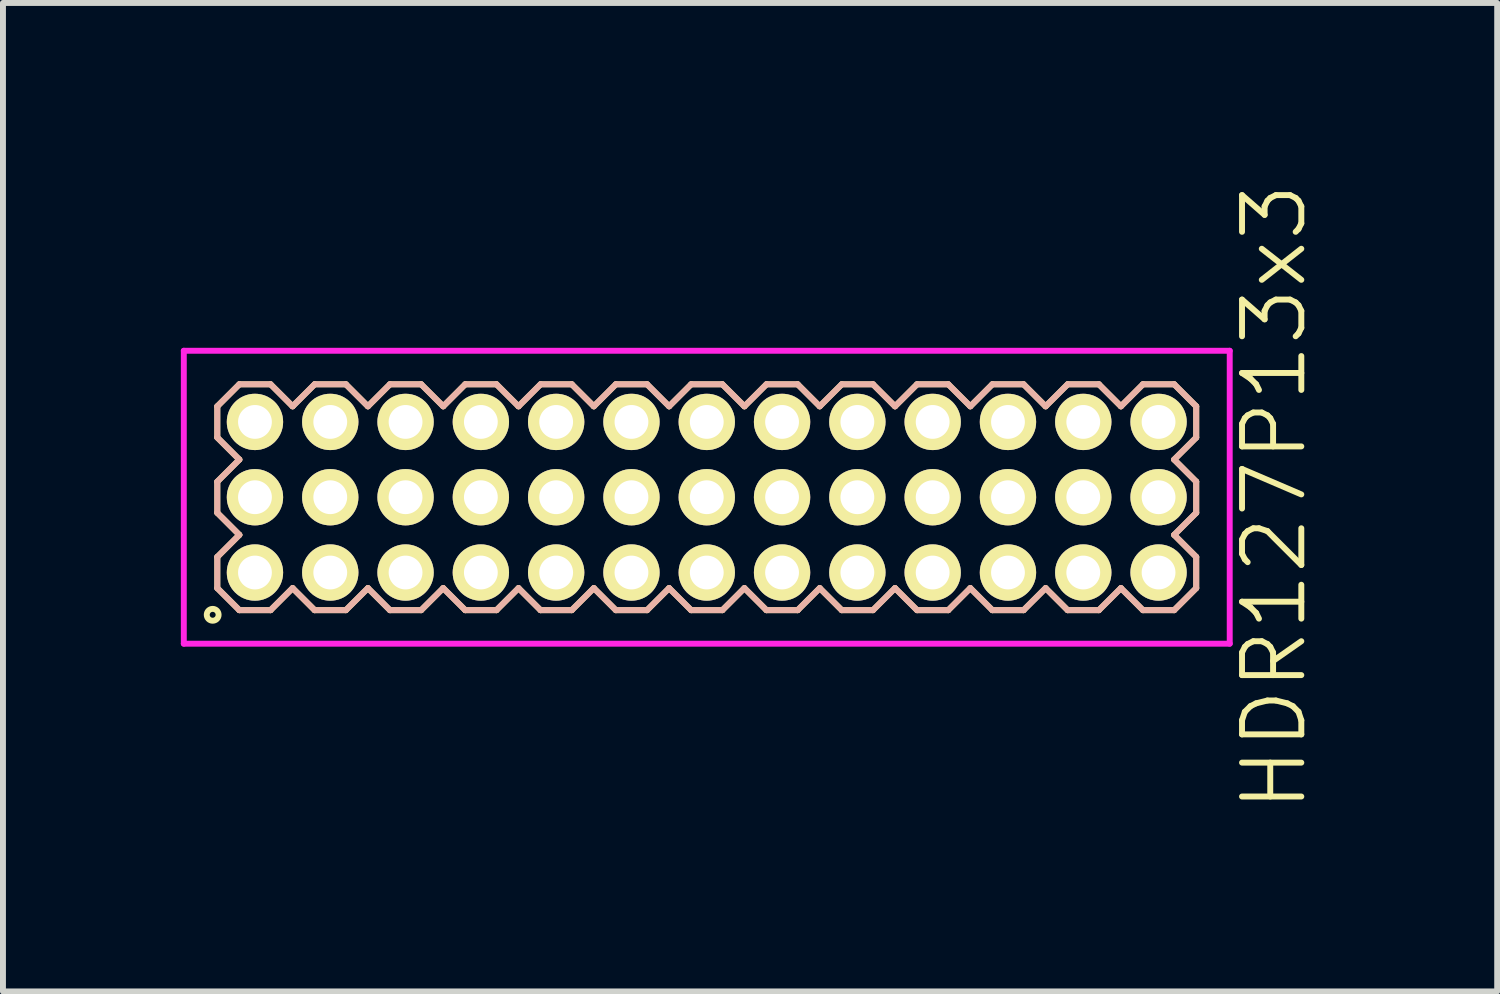
<source format=kicad_pcb>
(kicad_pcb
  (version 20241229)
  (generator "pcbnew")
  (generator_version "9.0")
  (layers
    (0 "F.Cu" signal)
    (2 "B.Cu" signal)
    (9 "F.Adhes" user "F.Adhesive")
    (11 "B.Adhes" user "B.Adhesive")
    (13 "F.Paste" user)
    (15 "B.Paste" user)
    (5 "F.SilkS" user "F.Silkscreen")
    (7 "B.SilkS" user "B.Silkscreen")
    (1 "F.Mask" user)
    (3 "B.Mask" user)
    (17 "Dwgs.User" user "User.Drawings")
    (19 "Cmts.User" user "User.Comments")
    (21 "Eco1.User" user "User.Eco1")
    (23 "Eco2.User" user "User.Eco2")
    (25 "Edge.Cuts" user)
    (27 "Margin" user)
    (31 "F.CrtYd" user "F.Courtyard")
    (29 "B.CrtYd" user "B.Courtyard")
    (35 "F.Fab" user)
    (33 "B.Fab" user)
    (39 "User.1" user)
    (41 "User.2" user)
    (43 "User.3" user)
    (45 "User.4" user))
  (footprint "HDR127P13x3"
    (layer "F.Cu")
    (at 8.87 5.336)
    (property "Reference" "HDR127P13x3" (at 9.57 0 90) (layer "F.SilkS") (effects (font (size 1 1) (thickness 0.1))))
    (attr through_hole)
    (fp_line (start -8.255 -1.533) (end -7.883 -1.905) (stroke (width 0.1) (type solid)) (layer "F.SilkS"))
    (fp_line (start -8.255 -1.007) (end -8.255 -1.533) (stroke (width 0.1) (type solid)) (layer "F.SilkS"))
    (fp_line (start -8.255 -0.263) (end -7.883 -0.635) (stroke (width 0.1) (type solid)) (layer "F.SilkS"))
    (fp_line (start -8.255 0.263) (end -8.255 -0.263) (stroke (width 0.1) (type solid)) (layer "F.SilkS"))
    (fp_line (start -8.255 1.007) (end -7.883 0.635) (stroke (width 0.1) (type solid)) (layer "F.SilkS"))
    (fp_line (start -8.255 1.533) (end -8.255 1.007) (stroke (width 0.1) (type solid)) (layer "F.SilkS"))
    (fp_line (start -7.883 -1.905) (end -7.357 -1.905) (stroke (width 0.1) (type solid)) (layer "F.SilkS"))
    (fp_line (start -7.883 -0.635) (end -8.255 -1.007) (stroke (width 0.1) (type solid)) (layer "F.SilkS"))
    (fp_line (start -7.883 0.635) (end -8.255 0.263) (stroke (width 0.1) (type solid)) (layer "F.SilkS"))
    (fp_line (start -7.883 1.905) (end -8.255 1.533) (stroke (width 0.1) (type solid)) (layer "F.SilkS"))
    (fp_line (start -7.357 -1.905) (end -6.985 -1.533) (stroke (width 0.1) (type solid)) (layer "F.SilkS"))
    (fp_line (start -7.357 1.905) (end -7.883 1.905) (stroke (width 0.1) (type solid)) (layer "F.SilkS"))
    (fp_line (start -6.985 -1.533) (end -6.613 -1.905) (stroke (width 0.1) (type solid)) (layer "F.SilkS"))
    (fp_line (start -6.985 1.533) (end -7.357 1.905) (stroke (width 0.1) (type solid)) (layer "F.SilkS"))
    (fp_line (start -6.613 -1.905) (end -6.087 -1.905) (stroke (width 0.1) (type solid)) (layer "F.SilkS"))
    (fp_line (start -6.613 1.905) (end -6.985 1.533) (stroke (width 0.1) (type solid)) (layer "F.SilkS"))
    (fp_line (start -6.087 -1.905) (end -5.715 -1.533) (stroke (width 0.1) (type solid)) (layer "F.SilkS"))
    (fp_line (start -6.087 1.905) (end -6.613 1.905) (stroke (width 0.1) (type solid)) (layer "F.SilkS"))
    (fp_line (start -5.715 -1.533) (end -5.343 -1.905) (stroke (width 0.1) (type solid)) (layer "F.SilkS"))
    (fp_line (start -5.715 1.533) (end -6.087 1.905) (stroke (width 0.1) (type solid)) (layer "F.SilkS"))
    (fp_line (start -5.343 -1.905) (end -4.817 -1.905) (stroke (width 0.1) (type solid)) (layer "F.SilkS"))
    (fp_line (start -5.343 1.905) (end -5.715 1.533) (stroke (width 0.1) (type solid)) (layer "F.SilkS"))
    (fp_line (start -4.817 -1.905) (end -4.445 -1.533) (stroke (width 0.1) (type solid)) (layer "F.SilkS"))
    (fp_line (start -4.817 1.905) (end -5.343 1.905) (stroke (width 0.1) (type solid)) (layer "F.SilkS"))
    (fp_line (start -4.445 -1.533) (end -4.073 -1.905) (stroke (width 0.1) (type solid)) (layer "F.SilkS"))
    (fp_line (start -4.445 1.533) (end -4.817 1.905) (stroke (width 0.1) (type solid)) (layer "F.SilkS"))
    (fp_line (start -4.073 -1.905) (end -3.547 -1.905) (stroke (width 0.1) (type solid)) (layer "F.SilkS"))
    (fp_line (start -4.073 1.905) (end -4.445 1.533) (stroke (width 0.1) (type solid)) (layer "F.SilkS"))
    (fp_line (start -3.547 -1.905) (end -3.175 -1.533) (stroke (width 0.1) (type solid)) (layer "F.SilkS"))
    (fp_line (start -3.547 1.905) (end -4.073 1.905) (stroke (width 0.1) (type solid)) (layer "F.SilkS"))
    (fp_line (start -3.175 -1.533) (end -2.803 -1.905) (stroke (width 0.1) (type solid)) (layer "F.SilkS"))
    (fp_line (start -3.175 1.533) (end -3.547 1.905) (stroke (width 0.1) (type solid)) (layer "F.SilkS"))
    (fp_line (start -2.803 -1.905) (end -2.277 -1.905) (stroke (width 0.1) (type solid)) (layer "F.SilkS"))
    (fp_line (start -2.803 1.905) (end -3.175 1.533) (stroke (width 0.1) (type solid)) (layer "F.SilkS"))
    (fp_line (start -2.277 -1.905) (end -1.905 -1.533) (stroke (width 0.1) (type solid)) (layer "F.SilkS"))
    (fp_line (start -2.277 1.905) (end -2.803 1.905) (stroke (width 0.1) (type solid)) (layer "F.SilkS"))
    (fp_line (start -1.905 -1.533) (end -1.533 -1.905) (stroke (width 0.1) (type solid)) (layer "F.SilkS"))
    (fp_line (start -1.905 1.533) (end -2.277 1.905) (stroke (width 0.1) (type solid)) (layer "F.SilkS"))
    (fp_line (start -1.533 -1.905) (end -1.007 -1.905) (stroke (width 0.1) (type solid)) (layer "F.SilkS"))
    (fp_line (start -1.533 1.905) (end -1.905 1.533) (stroke (width 0.1) (type solid)) (layer "F.SilkS"))
    (fp_line (start -1.007 -1.905) (end -0.635 -1.533) (stroke (width 0.1) (type solid)) (layer "F.SilkS"))
    (fp_line (start -1.007 1.905) (end -1.533 1.905) (stroke (width 0.1) (type solid)) (layer "F.SilkS"))
    (fp_line (start -0.635 -1.533) (end -0.263 -1.905) (stroke (width 0.1) (type solid)) (layer "F.SilkS"))
    (fp_line (start -0.635 1.533) (end -1.007 1.905) (stroke (width 0.1) (type solid)) (layer "F.SilkS"))
    (fp_line (start -0.263 -1.905) (end 0.263 -1.905) (stroke (width 0.1) (type solid)) (layer "F.SilkS"))
    (fp_line (start -0.263 1.905) (end -0.635 1.533) (stroke (width 0.1) (type solid)) (layer "F.SilkS"))
    (fp_line (start 0.263 -1.905) (end 0.635 -1.533) (stroke (width 0.1) (type solid)) (layer "F.SilkS"))
    (fp_line (start 0.263 1.905) (end -0.263 1.905) (stroke (width 0.1) (type solid)) (layer "F.SilkS"))
    (fp_line (start 0.635 -1.533) (end 1.007 -1.905) (stroke (width 0.1) (type solid)) (layer "F.SilkS"))
    (fp_line (start 0.635 1.533) (end 0.263 1.905) (stroke (width 0.1) (type solid)) (layer "F.SilkS"))
    (fp_line (start 1.007 -1.905) (end 1.533 -1.905) (stroke (width 0.1) (type solid)) (layer "F.SilkS"))
    (fp_line (start 1.007 1.905) (end 0.635 1.533) (stroke (width 0.1) (type solid)) (layer "F.SilkS"))
    (fp_line (start 1.533 -1.905) (end 1.905 -1.533) (stroke (width 0.1) (type solid)) (layer "F.SilkS"))
    (fp_line (start 1.533 1.905) (end 1.007 1.905) (stroke (width 0.1) (type solid)) (layer "F.SilkS"))
    (fp_line (start 1.905 -1.533) (end 2.277 -1.905) (stroke (width 0.1) (type solid)) (layer "F.SilkS"))
    (fp_line (start 1.905 1.533) (end 1.533 1.905) (stroke (width 0.1) (type solid)) (layer "F.SilkS"))
    (fp_line (start 2.277 -1.905) (end 2.803 -1.905) (stroke (width 0.1) (type solid)) (layer "F.SilkS"))
    (fp_line (start 2.277 1.905) (end 1.905 1.533) (stroke (width 0.1) (type solid)) (layer "F.SilkS"))
    (fp_line (start 2.803 -1.905) (end 3.175 -1.533) (stroke (width 0.1) (type solid)) (layer "F.SilkS"))
    (fp_line (start 2.803 1.905) (end 2.277 1.905) (stroke (width 0.1) (type solid)) (layer "F.SilkS"))
    (fp_line (start 3.175 -1.533) (end 3.547 -1.905) (stroke (width 0.1) (type solid)) (layer "F.SilkS"))
    (fp_line (start 3.175 1.533) (end 2.803 1.905) (stroke (width 0.1) (type solid)) (layer "F.SilkS"))
    (fp_line (start 3.547 -1.905) (end 4.073 -1.905) (stroke (width 0.1) (type solid)) (layer "F.SilkS"))
    (fp_line (start 3.547 1.905) (end 3.175 1.533) (stroke (width 0.1) (type solid)) (layer "F.SilkS"))
    (fp_line (start 4.073 -1.905) (end 4.445 -1.533) (stroke (width 0.1) (type solid)) (layer "F.SilkS"))
    (fp_line (start 4.073 1.905) (end 3.547 1.905) (stroke (width 0.1) (type solid)) (layer "F.SilkS"))
    (fp_line (start 4.445 -1.533) (end 4.817 -1.905) (stroke (width 0.1) (type solid)) (layer "F.SilkS"))
    (fp_line (start 4.445 1.533) (end 4.073 1.905) (stroke (width 0.1) (type solid)) (layer "F.SilkS"))
    (fp_line (start 4.817 -1.905) (end 5.343 -1.905) (stroke (width 0.1) (type solid)) (layer "F.SilkS"))
    (fp_line (start 4.817 1.905) (end 4.445 1.533) (stroke (width 0.1) (type solid)) (layer "F.SilkS"))
    (fp_line (start 5.343 -1.905) (end 5.715 -1.533) (stroke (width 0.1) (type solid)) (layer "F.SilkS"))
    (fp_line (start 5.343 1.905) (end 4.817 1.905) (stroke (width 0.1) (type solid)) (layer "F.SilkS"))
    (fp_line (start 5.715 -1.533) (end 6.087 -1.905) (stroke (width 0.1) (type solid)) (layer "F.SilkS"))
    (fp_line (start 5.715 1.533) (end 5.343 1.905) (stroke (width 0.1) (type solid)) (layer "F.SilkS"))
    (fp_line (start 6.087 -1.905) (end 6.613 -1.905) (stroke (width 0.1) (type solid)) (layer "F.SilkS"))
    (fp_line (start 6.087 1.905) (end 5.715 1.533) (stroke (width 0.1) (type solid)) (layer "F.SilkS"))
    (fp_line (start 6.613 -1.905) (end 6.985 -1.533) (stroke (width 0.1) (type solid)) (layer "F.SilkS"))
    (fp_line (start 6.613 1.905) (end 6.087 1.905) (stroke (width 0.1) (type solid)) (layer "F.SilkS"))
    (fp_line (start 6.985 -1.533) (end 7.357 -1.905) (stroke (width 0.1) (type solid)) (layer "F.SilkS"))
    (fp_line (start 6.985 1.533) (end 6.613 1.905) (stroke (width 0.1) (type solid)) (layer "F.SilkS"))
    (fp_line (start 7.357 -1.905) (end 7.883 -1.905) (stroke (width 0.1) (type solid)) (layer "F.SilkS"))
    (fp_line (start 7.357 1.905) (end 6.985 1.533) (stroke (width 0.1) (type solid)) (layer "F.SilkS"))
    (fp_line (start 7.883 -1.905) (end 8.255 -1.533) (stroke (width 0.1) (type solid)) (layer "F.SilkS"))
    (fp_line (start 7.883 -0.635) (end 8.255 -0.263) (stroke (width 0.1) (type solid)) (layer "F.SilkS"))
    (fp_line (start 7.883 0.635) (end 8.255 1.007) (stroke (width 0.1) (type solid)) (layer "F.SilkS"))
    (fp_line (start 7.883 1.905) (end 7.357 1.905) (stroke (width 0.1) (type solid)) (layer "F.SilkS"))
    (fp_line (start 8.255 -1.533) (end 8.255 -1.007) (stroke (width 0.1) (type solid)) (layer "F.SilkS"))
    (fp_line (start 8.255 -1.007) (end 7.883 -0.635) (stroke (width 0.1) (type solid)) (layer "F.SilkS"))
    (fp_line (start 8.255 -0.263) (end 8.255 0.263) (stroke (width 0.1) (type solid)) (layer "F.SilkS"))
    (fp_line (start 8.255 0.263) (end 7.883 0.635) (stroke (width 0.1) (type solid)) (layer "F.SilkS"))
    (fp_line (start 8.255 1.007) (end 8.255 1.533) (stroke (width 0.1) (type solid)) (layer "F.SilkS"))
    (fp_line (start 8.255 1.533) (end 7.883 1.905) (stroke (width 0.1) (type solid)) (layer "F.SilkS"))
    (fp_circle (center -8.333 1.983) (end -8.233 1.983) (stroke (width 0.1) (type solid)) (fill no) (layer "F.SilkS"))
    (fp_line (start -8.255 -1.533) (end -7.883 -1.905) (stroke (width 0.1) (type solid)) (layer "B.SilkS"))
    (fp_line (start -8.255 -1.007) (end -8.255 -1.533) (stroke (width 0.1) (type solid)) (layer "B.SilkS"))
    (fp_line (start -8.255 -0.263) (end -7.883 -0.635) (stroke (width 0.1) (type solid)) (layer "B.SilkS"))
    (fp_line (start -8.255 0.263) (end -8.255 -0.263) (stroke (width 0.1) (type solid)) (layer "B.SilkS"))
    (fp_line (start -8.255 1.007) (end -7.883 0.635) (stroke (width 0.1) (type solid)) (layer "B.SilkS"))
    (fp_line (start -8.255 1.533) (end -8.255 1.007) (stroke (width 0.1) (type solid)) (layer "B.SilkS"))
    (fp_line (start -7.883 -1.905) (end -7.357 -1.905) (stroke (width 0.1) (type solid)) (layer "B.SilkS"))
    (fp_line (start -7.883 -0.635) (end -8.255 -1.007) (stroke (width 0.1) (type solid)) (layer "B.SilkS"))
    (fp_line (start -7.883 0.635) (end -8.255 0.263) (stroke (width 0.1) (type solid)) (layer "B.SilkS"))
    (fp_line (start -7.883 1.905) (end -8.255 1.533) (stroke (width 0.1) (type solid)) (layer "B.SilkS"))
    (fp_line (start -7.357 -1.905) (end -6.985 -1.533) (stroke (width 0.1) (type solid)) (layer "B.SilkS"))
    (fp_line (start -7.357 1.905) (end -7.883 1.905) (stroke (width 0.1) (type solid)) (layer "B.SilkS"))
    (fp_line (start -6.985 -1.533) (end -6.613 -1.905) (stroke (width 0.1) (type solid)) (layer "B.SilkS"))
    (fp_line (start -6.985 1.533) (end -7.357 1.905) (stroke (width 0.1) (type solid)) (layer "B.SilkS"))
    (fp_line (start -6.613 -1.905) (end -6.087 -1.905) (stroke (width 0.1) (type solid)) (layer "B.SilkS"))
    (fp_line (start -6.613 1.905) (end -6.985 1.533) (stroke (width 0.1) (type solid)) (layer "B.SilkS"))
    (fp_line (start -6.087 -1.905) (end -5.715 -1.533) (stroke (width 0.1) (type solid)) (layer "B.SilkS"))
    (fp_line (start -6.087 1.905) (end -6.613 1.905) (stroke (width 0.1) (type solid)) (layer "B.SilkS"))
    (fp_line (start -5.715 -1.533) (end -5.343 -1.905) (stroke (width 0.1) (type solid)) (layer "B.SilkS"))
    (fp_line (start -5.715 1.533) (end -6.087 1.905) (stroke (width 0.1) (type solid)) (layer "B.SilkS"))
    (fp_line (start -5.343 -1.905) (end -4.817 -1.905) (stroke (width 0.1) (type solid)) (layer "B.SilkS"))
    (fp_line (start -5.343 1.905) (end -5.715 1.533) (stroke (width 0.1) (type solid)) (layer "B.SilkS"))
    (fp_line (start -4.817 -1.905) (end -4.445 -1.533) (stroke (width 0.1) (type solid)) (layer "B.SilkS"))
    (fp_line (start -4.817 1.905) (end -5.343 1.905) (stroke (width 0.1) (type solid)) (layer "B.SilkS"))
    (fp_line (start -4.445 -1.533) (end -4.073 -1.905) (stroke (width 0.1) (type solid)) (layer "B.SilkS"))
    (fp_line (start -4.445 1.533) (end -4.817 1.905) (stroke (width 0.1) (type solid)) (layer "B.SilkS"))
    (fp_line (start -4.073 -1.905) (end -3.547 -1.905) (stroke (width 0.1) (type solid)) (layer "B.SilkS"))
    (fp_line (start -4.073 1.905) (end -4.445 1.533) (stroke (width 0.1) (type solid)) (layer "B.SilkS"))
    (fp_line (start -3.547 -1.905) (end -3.175 -1.533) (stroke (width 0.1) (type solid)) (layer "B.SilkS"))
    (fp_line (start -3.547 1.905) (end -4.073 1.905) (stroke (width 0.1) (type solid)) (layer "B.SilkS"))
    (fp_line (start -3.175 -1.533) (end -2.803 -1.905) (stroke (width 0.1) (type solid)) (layer "B.SilkS"))
    (fp_line (start -3.175 1.533) (end -3.547 1.905) (stroke (width 0.1) (type solid)) (layer "B.SilkS"))
    (fp_line (start -2.803 -1.905) (end -2.277 -1.905) (stroke (width 0.1) (type solid)) (layer "B.SilkS"))
    (fp_line (start -2.803 1.905) (end -3.175 1.533) (stroke (width 0.1) (type solid)) (layer "B.SilkS"))
    (fp_line (start -2.277 -1.905) (end -1.905 -1.533) (stroke (width 0.1) (type solid)) (layer "B.SilkS"))
    (fp_line (start -2.277 1.905) (end -2.803 1.905) (stroke (width 0.1) (type solid)) (layer "B.SilkS"))
    (fp_line (start -1.905 -1.533) (end -1.533 -1.905) (stroke (width 0.1) (type solid)) (layer "B.SilkS"))
    (fp_line (start -1.905 1.533) (end -2.277 1.905) (stroke (width 0.1) (type solid)) (layer "B.SilkS"))
    (fp_line (start -1.533 -1.905) (end -1.007 -1.905) (stroke (width 0.1) (type solid)) (layer "B.SilkS"))
    (fp_line (start -1.533 1.905) (end -1.905 1.533) (stroke (width 0.1) (type solid)) (layer "B.SilkS"))
    (fp_line (start -1.007 -1.905) (end -0.635 -1.533) (stroke (width 0.1) (type solid)) (layer "B.SilkS"))
    (fp_line (start -1.007 1.905) (end -1.533 1.905) (stroke (width 0.1) (type solid)) (layer "B.SilkS"))
    (fp_line (start -0.635 -1.533) (end -0.263 -1.905) (stroke (width 0.1) (type solid)) (layer "B.SilkS"))
    (fp_line (start -0.635 1.533) (end -1.007 1.905) (stroke (width 0.1) (type solid)) (layer "B.SilkS"))
    (fp_line (start -0.263 -1.905) (end 0.263 -1.905) (stroke (width 0.1) (type solid)) (layer "B.SilkS"))
    (fp_line (start -0.263 1.905) (end -0.635 1.533) (stroke (width 0.1) (type solid)) (layer "B.SilkS"))
    (fp_line (start 0.263 -1.905) (end 0.635 -1.533) (stroke (width 0.1) (type solid)) (layer "B.SilkS"))
    (fp_line (start 0.263 1.905) (end -0.263 1.905) (stroke (width 0.1) (type solid)) (layer "B.SilkS"))
    (fp_line (start 0.635 -1.533) (end 1.007 -1.905) (stroke (width 0.1) (type solid)) (layer "B.SilkS"))
    (fp_line (start 0.635 1.533) (end 0.263 1.905) (stroke (width 0.1) (type solid)) (layer "B.SilkS"))
    (fp_line (start 1.007 -1.905) (end 1.533 -1.905) (stroke (width 0.1) (type solid)) (layer "B.SilkS"))
    (fp_line (start 1.007 1.905) (end 0.635 1.533) (stroke (width 0.1) (type solid)) (layer "B.SilkS"))
    (fp_line (start 1.533 -1.905) (end 1.905 -1.533) (stroke (width 0.1) (type solid)) (layer "B.SilkS"))
    (fp_line (start 1.533 1.905) (end 1.007 1.905) (stroke (width 0.1) (type solid)) (layer "B.SilkS"))
    (fp_line (start 1.905 -1.533) (end 2.277 -1.905) (stroke (width 0.1) (type solid)) (layer "B.SilkS"))
    (fp_line (start 1.905 1.533) (end 1.533 1.905) (stroke (width 0.1) (type solid)) (layer "B.SilkS"))
    (fp_line (start 2.277 -1.905) (end 2.803 -1.905) (stroke (width 0.1) (type solid)) (layer "B.SilkS"))
    (fp_line (start 2.277 1.905) (end 1.905 1.533) (stroke (width 0.1) (type solid)) (layer "B.SilkS"))
    (fp_line (start 2.803 -1.905) (end 3.175 -1.533) (stroke (width 0.1) (type solid)) (layer "B.SilkS"))
    (fp_line (start 2.803 1.905) (end 2.277 1.905) (stroke (width 0.1) (type solid)) (layer "B.SilkS"))
    (fp_line (start 3.175 -1.533) (end 3.547 -1.905) (stroke (width 0.1) (type solid)) (layer "B.SilkS"))
    (fp_line (start 3.175 1.533) (end 2.803 1.905) (stroke (width 0.1) (type solid)) (layer "B.SilkS"))
    (fp_line (start 3.547 -1.905) (end 4.073 -1.905) (stroke (width 0.1) (type solid)) (layer "B.SilkS"))
    (fp_line (start 3.547 1.905) (end 3.175 1.533) (stroke (width 0.1) (type solid)) (layer "B.SilkS"))
    (fp_line (start 4.073 -1.905) (end 4.445 -1.533) (stroke (width 0.1) (type solid)) (layer "B.SilkS"))
    (fp_line (start 4.073 1.905) (end 3.547 1.905) (stroke (width 0.1) (type solid)) (layer "B.SilkS"))
    (fp_line (start 4.445 -1.533) (end 4.817 -1.905) (stroke (width 0.1) (type solid)) (layer "B.SilkS"))
    (fp_line (start 4.445 1.533) (end 4.073 1.905) (stroke (width 0.1) (type solid)) (layer "B.SilkS"))
    (fp_line (start 4.817 -1.905) (end 5.343 -1.905) (stroke (width 0.1) (type solid)) (layer "B.SilkS"))
    (fp_line (start 4.817 1.905) (end 4.445 1.533) (stroke (width 0.1) (type solid)) (layer "B.SilkS"))
    (fp_line (start 5.343 -1.905) (end 5.715 -1.533) (stroke (width 0.1) (type solid)) (layer "B.SilkS"))
    (fp_line (start 5.343 1.905) (end 4.817 1.905) (stroke (width 0.1) (type solid)) (layer "B.SilkS"))
    (fp_line (start 5.715 -1.533) (end 6.087 -1.905) (stroke (width 0.1) (type solid)) (layer "B.SilkS"))
    (fp_line (start 5.715 1.533) (end 5.343 1.905) (stroke (width 0.1) (type solid)) (layer "B.SilkS"))
    (fp_line (start 6.087 -1.905) (end 6.613 -1.905) (stroke (width 0.1) (type solid)) (layer "B.SilkS"))
    (fp_line (start 6.087 1.905) (end 5.715 1.533) (stroke (width 0.1) (type solid)) (layer "B.SilkS"))
    (fp_line (start 6.613 -1.905) (end 6.985 -1.533) (stroke (width 0.1) (type solid)) (layer "B.SilkS"))
    (fp_line (start 6.613 1.905) (end 6.087 1.905) (stroke (width 0.1) (type solid)) (layer "B.SilkS"))
    (fp_line (start 6.985 -1.533) (end 7.357 -1.905) (stroke (width 0.1) (type solid)) (layer "B.SilkS"))
    (fp_line (start 6.985 1.533) (end 6.613 1.905) (stroke (width 0.1) (type solid)) (layer "B.SilkS"))
    (fp_line (start 7.357 -1.905) (end 7.883 -1.905) (stroke (width 0.1) (type solid)) (layer "B.SilkS"))
    (fp_line (start 7.357 1.905) (end 6.985 1.533) (stroke (width 0.1) (type solid)) (layer "B.SilkS"))
    (fp_line (start 7.883 -1.905) (end 8.255 -1.533) (stroke (width 0.1) (type solid)) (layer "B.SilkS"))
    (fp_line (start 7.883 -0.635) (end 8.255 -0.263) (stroke (width 0.1) (type solid)) (layer "B.SilkS"))
    (fp_line (start 7.883 0.635) (end 8.255 1.007) (stroke (width 0.1) (type solid)) (layer "B.SilkS"))
    (fp_line (start 7.883 1.905) (end 7.357 1.905) (stroke (width 0.1) (type solid)) (layer "B.SilkS"))
    (fp_line (start 8.255 -1.533) (end 8.255 -1.007) (stroke (width 0.1) (type solid)) (layer "B.SilkS"))
    (fp_line (start 8.255 -1.007) (end 7.883 -0.635) (stroke (width 0.1) (type solid)) (layer "B.SilkS"))
    (fp_line (start 8.255 -0.263) (end 8.255 0.263) (stroke (width 0.1) (type solid)) (layer "B.SilkS"))
    (fp_line (start 8.255 0.263) (end 7.883 0.635) (stroke (width 0.1) (type solid)) (layer "B.SilkS"))
    (fp_line (start 8.255 1.007) (end 8.255 1.533) (stroke (width 0.1) (type solid)) (layer "B.SilkS"))
    (fp_line (start 8.255 1.533) (end 7.883 1.905) (stroke (width 0.1) (type solid)) (layer "B.SilkS"))
    (fp_line (start -8.82 -2.47) (end -8.82 2.47) (stroke (width 0.1) (type solid)) (layer "F.CrtYd"))
    (fp_line (start -8.82 2.47) (end 8.82 2.47) (stroke (width 0.1) (type solid)) (layer "F.CrtYd"))
    (fp_line (start 8.82 -2.47) (end -8.82 -2.47) (stroke (width 0.1) (type solid)) (layer "F.CrtYd"))
    (fp_line (start 8.82 2.47) (end 8.82 -2.47) (stroke (width 0.1) (type solid)) (layer "F.CrtYd"))
    (pad "1" thru_hole oval (at -7.62 1.27) (size 0.95 0.95) (drill 0.57) (layers "*.Cu" "*.Mask" "F.SilkS"))
    (pad "2" thru_hole oval (at -7.62 0) (size 0.95 0.95) (drill 0.57) (layers "*.Cu" "*.Mask" "F.SilkS"))
    (pad "3" thru_hole oval (at -7.62 -1.27) (size 0.95 0.95) (drill 0.57) (layers "*.Cu" "*.Mask" "F.SilkS"))
    (pad "4" thru_hole oval (at -6.35 1.27) (size 0.95 0.95) (drill 0.57) (layers "*.Cu" "*.Mask" "F.SilkS"))
    (pad "5" thru_hole oval (at -6.35 0) (size 0.95 0.95) (drill 0.57) (layers "*.Cu" "*.Mask" "F.SilkS"))
    (pad "6" thru_hole oval (at -6.35 -1.27) (size 0.95 0.95) (drill 0.57) (layers "*.Cu" "*.Mask" "F.SilkS"))
    (pad "7" thru_hole oval (at -5.08 1.27) (size 0.95 0.95) (drill 0.57) (layers "*.Cu" "*.Mask" "F.SilkS"))
    (pad "8" thru_hole oval (at -5.08 0) (size 0.95 0.95) (drill 0.57) (layers "*.Cu" "*.Mask" "F.SilkS"))
    (pad "9" thru_hole oval (at -5.08 -1.27) (size 0.95 0.95) (drill 0.57) (layers "*.Cu" "*.Mask" "F.SilkS"))
    (pad "10" thru_hole oval (at -3.81 1.27) (size 0.95 0.95) (drill 0.57) (layers "*.Cu" "*.Mask" "F.SilkS"))
    (pad "11" thru_hole oval (at -3.81 0) (size 0.95 0.95) (drill 0.57) (layers "*.Cu" "*.Mask" "F.SilkS"))
    (pad "12" thru_hole oval (at -3.81 -1.27) (size 0.95 0.95) (drill 0.57) (layers "*.Cu" "*.Mask" "F.SilkS"))
    (pad "13" thru_hole oval (at -2.54 1.27) (size 0.95 0.95) (drill 0.57) (layers "*.Cu" "*.Mask" "F.SilkS"))
    (pad "14" thru_hole oval (at -2.54 0) (size 0.95 0.95) (drill 0.57) (layers "*.Cu" "*.Mask" "F.SilkS"))
    (pad "15" thru_hole oval (at -2.54 -1.27) (size 0.95 0.95) (drill 0.57) (layers "*.Cu" "*.Mask" "F.SilkS"))
    (pad "16" thru_hole oval (at -1.27 1.27) (size 0.95 0.95) (drill 0.57) (layers "*.Cu" "*.Mask" "F.SilkS"))
    (pad "17" thru_hole oval (at -1.27 0) (size 0.95 0.95) (drill 0.57) (layers "*.Cu" "*.Mask" "F.SilkS"))
    (pad "18" thru_hole oval (at -1.27 -1.27) (size 0.95 0.95) (drill 0.57) (layers "*.Cu" "*.Mask" "F.SilkS"))
    (pad "19" thru_hole oval (at 0 1.27) (size 0.95 0.95) (drill 0.57) (layers "*.Cu" "*.Mask" "F.SilkS"))
    (pad "20" thru_hole oval (at 0 0) (size 0.95 0.95) (drill 0.57) (layers "*.Cu" "*.Mask" "F.SilkS"))
    (pad "21" thru_hole oval (at 0 -1.27) (size 0.95 0.95) (drill 0.57) (layers "*.Cu" "*.Mask" "F.SilkS"))
    (pad "22" thru_hole oval (at 1.27 1.27) (size 0.95 0.95) (drill 0.57) (layers "*.Cu" "*.Mask" "F.SilkS"))
    (pad "23" thru_hole oval (at 1.27 0) (size 0.95 0.95) (drill 0.57) (layers "*.Cu" "*.Mask" "F.SilkS"))
    (pad "24" thru_hole oval (at 1.27 -1.27) (size 0.95 0.95) (drill 0.57) (layers "*.Cu" "*.Mask" "F.SilkS"))
    (pad "25" thru_hole oval (at 2.54 1.27) (size 0.95 0.95) (drill 0.57) (layers "*.Cu" "*.Mask" "F.SilkS"))
    (pad "26" thru_hole oval (at 2.54 0) (size 0.95 0.95) (drill 0.57) (layers "*.Cu" "*.Mask" "F.SilkS"))
    (pad "27" thru_hole oval (at 2.54 -1.27) (size 0.95 0.95) (drill 0.57) (layers "*.Cu" "*.Mask" "F.SilkS"))
    (pad "28" thru_hole oval (at 3.81 1.27) (size 0.95 0.95) (drill 0.57) (layers "*.Cu" "*.Mask" "F.SilkS"))
    (pad "29" thru_hole oval (at 3.81 0) (size 0.95 0.95) (drill 0.57) (layers "*.Cu" "*.Mask" "F.SilkS"))
    (pad "30" thru_hole oval (at 3.81 -1.27) (size 0.95 0.95) (drill 0.57) (layers "*.Cu" "*.Mask" "F.SilkS"))
    (pad "31" thru_hole oval (at 5.08 1.27) (size 0.95 0.95) (drill 0.57) (layers "*.Cu" "*.Mask" "F.SilkS"))
    (pad "32" thru_hole oval (at 5.08 0) (size 0.95 0.95) (drill 0.57) (layers "*.Cu" "*.Mask" "F.SilkS"))
    (pad "33" thru_hole oval (at 5.08 -1.27) (size 0.95 0.95) (drill 0.57) (layers "*.Cu" "*.Mask" "F.SilkS"))
    (pad "34" thru_hole oval (at 6.35 1.27) (size 0.95 0.95) (drill 0.57) (layers "*.Cu" "*.Mask" "F.SilkS"))
    (pad "35" thru_hole oval (at 6.35 0) (size 0.95 0.95) (drill 0.57) (layers "*.Cu" "*.Mask" "F.SilkS"))
    (pad "36" thru_hole oval (at 6.35 -1.27) (size 0.95 0.95) (drill 0.57) (layers "*.Cu" "*.Mask" "F.SilkS"))
    (pad "37" thru_hole oval (at 7.62 1.27) (size 0.95 0.95) (drill 0.57) (layers "*.Cu" "*.Mask" "F.SilkS"))
    (pad "38" thru_hole oval (at 7.62 0) (size 0.95 0.95) (drill 0.57) (layers "*.Cu" "*.Mask" "F.SilkS"))
    (pad "39" thru_hole oval (at 7.62 -1.27) (size 0.95 0.95) (drill 0.57) (layers "*.Cu" "*.Mask" "F.SilkS")))
  (gr_rect
    (start -3 -3)
    (end 22.201 13.671)
    (stroke (width 0.1) (type default))
    (fill no)
    (layer "Edge.Cuts")))
</source>
